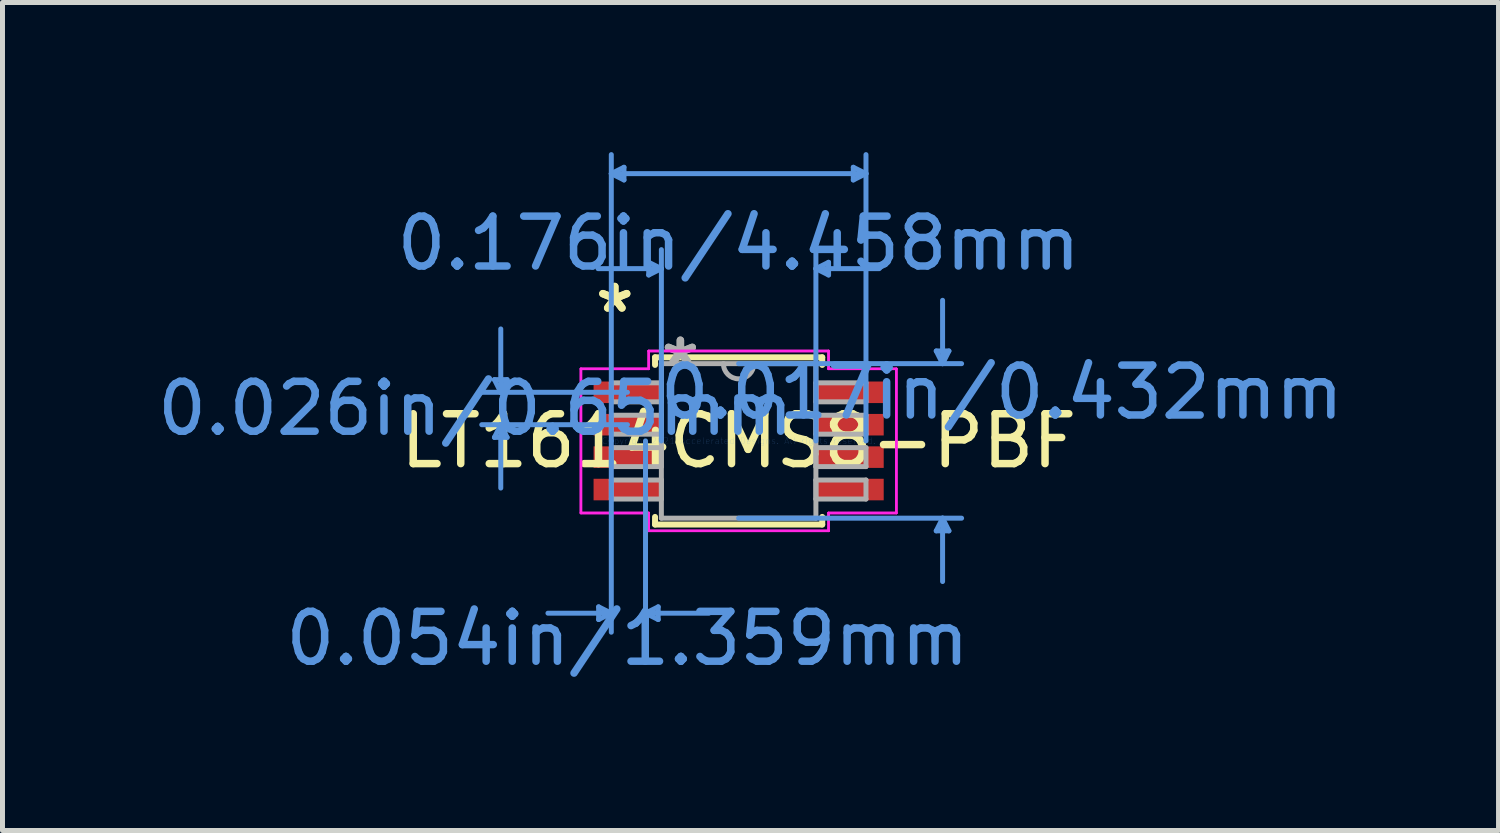
<source format=kicad_pcb>
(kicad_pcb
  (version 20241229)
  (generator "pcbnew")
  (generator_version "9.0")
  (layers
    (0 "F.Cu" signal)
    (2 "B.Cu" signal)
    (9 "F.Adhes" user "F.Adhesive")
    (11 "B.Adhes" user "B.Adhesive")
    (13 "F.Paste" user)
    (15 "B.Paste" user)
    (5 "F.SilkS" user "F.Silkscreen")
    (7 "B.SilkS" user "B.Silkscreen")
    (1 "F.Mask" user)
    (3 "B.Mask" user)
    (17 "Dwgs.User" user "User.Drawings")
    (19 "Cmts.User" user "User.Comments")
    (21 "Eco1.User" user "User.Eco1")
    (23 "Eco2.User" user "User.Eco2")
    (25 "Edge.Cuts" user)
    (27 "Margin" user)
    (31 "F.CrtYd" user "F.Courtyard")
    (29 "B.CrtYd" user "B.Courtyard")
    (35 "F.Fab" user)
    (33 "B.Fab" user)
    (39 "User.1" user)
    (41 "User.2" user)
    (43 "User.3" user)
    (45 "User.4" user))
  (footprint "LT1614CMS8-PBF"
    (layer "F.Cu")
    (at 11.759 5.79)
    (property "Reference" "LT1614CMS8-PBF" (at 0 0 0) (layer "F.SilkS") (effects (font (size 1 1) (thickness 0.15))))
    (attr through_hole)
    (fp_line (start -1.676 -1.676) (end -1.676 -1.524) (stroke (width 0.12) (type solid)) (layer "F.SilkS"))
    (fp_line (start -1.676 1.524) (end -1.676 1.676) (stroke (width 0.12) (type solid)) (layer "F.SilkS"))
    (fp_line (start -1.676 1.676) (end 1.676 1.676) (stroke (width 0.12) (type solid)) (layer "F.SilkS"))
    (fp_line (start 1.676 -1.676) (end -1.676 -1.676) (stroke (width 0.12) (type solid)) (layer "F.SilkS"))
    (fp_line (start 1.676 -1.524) (end 1.676 -1.676) (stroke (width 0.12) (type solid)) (layer "F.SilkS"))
    (fp_line (start 1.676 1.676) (end 1.676 1.524) (stroke (width 0.12) (type solid)) (layer "F.SilkS"))
    (fp_line (start -4.896 -1.229) (end -4.642 -1.229) (stroke (width 0.1) (type solid)) (layer "Cmts.User"))
    (fp_line (start -4.896 -0.071) (end -4.642 -0.071) (stroke (width 0.1) (type solid)) (layer "Cmts.User"))
    (fp_line (start -4.769 -0.975) (end -4.896 -1.229) (stroke (width 0.1) (type solid)) (layer "Cmts.User"))
    (fp_line (start -4.769 -0.975) (end -4.769 -2.245) (stroke (width 0.1) (type solid)) (layer "Cmts.User"))
    (fp_line (start -4.769 -0.975) (end -4.642 -1.229) (stroke (width 0.1) (type solid)) (layer "Cmts.User"))
    (fp_line (start -4.769 -0.325) (end -4.896 -0.071) (stroke (width 0.1) (type solid)) (layer "Cmts.User"))
    (fp_line (start -4.769 -0.325) (end -4.769 0.945) (stroke (width 0.1) (type solid)) (layer "Cmts.User"))
    (fp_line (start -4.769 -0.325) (end -4.642 -0.071) (stroke (width 0.1) (type solid)) (layer "Cmts.User"))
    (fp_line (start -2.807 3.327) (end -2.807 3.581) (stroke (width 0.1) (type solid)) (layer "Cmts.User"))
    (fp_line (start -2.553 -5.359) (end -2.299 -5.486) (stroke (width 0.1) (type solid)) (layer "Cmts.User"))
    (fp_line (start -2.553 -5.359) (end -2.299 -5.232) (stroke (width 0.1) (type solid)) (layer "Cmts.User"))
    (fp_line (start -2.553 -5.359) (end 2.553 -5.359) (stroke (width 0.1) (type solid)) (layer "Cmts.User"))
    (fp_line (start -2.553 0) (end -2.553 -5.74) (stroke (width 0.1) (type solid)) (layer "Cmts.User"))
    (fp_line (start -2.553 0) (end -2.553 3.835) (stroke (width 0.1) (type solid)) (layer "Cmts.User"))
    (fp_line (start -2.553 3.454) (end -3.823 3.454) (stroke (width 0.1) (type solid)) (layer "Cmts.User"))
    (fp_line (start -2.553 3.454) (end -2.807 3.327) (stroke (width 0.1) (type solid)) (layer "Cmts.User"))
    (fp_line (start -2.553 3.454) (end -2.807 3.581) (stroke (width 0.1) (type solid)) (layer "Cmts.User"))
    (fp_line (start -2.299 -5.486) (end -2.299 -5.232) (stroke (width 0.1) (type solid)) (layer "Cmts.User"))
    (fp_line (start -2.229 -0.975) (end -5.15 -0.975) (stroke (width 0.1) (type solid)) (layer "Cmts.User"))
    (fp_line (start -2.229 -0.325) (end -5.15 -0.325) (stroke (width 0.1) (type solid)) (layer "Cmts.User"))
    (fp_line (start -1.867 0) (end -1.867 3.835) (stroke (width 0.1) (type solid)) (layer "Cmts.User"))
    (fp_line (start -1.867 3.454) (end -1.613 3.327) (stroke (width 0.1) (type solid)) (layer "Cmts.User"))
    (fp_line (start -1.867 3.454) (end -1.613 3.581) (stroke (width 0.1) (type solid)) (layer "Cmts.User"))
    (fp_line (start -1.867 3.454) (end -0.597 3.454) (stroke (width 0.1) (type solid)) (layer "Cmts.User"))
    (fp_line (start -1.803 -3.581) (end -1.803 -3.327) (stroke (width 0.1) (type solid)) (layer "Cmts.User"))
    (fp_line (start -1.613 3.327) (end -1.613 3.581) (stroke (width 0.1) (type solid)) (layer "Cmts.User"))
    (fp_line (start -1.549 -3.454) (end -2.819 -3.454) (stroke (width 0.1) (type solid)) (layer "Cmts.User"))
    (fp_line (start -1.549 -3.454) (end -1.803 -3.581) (stroke (width 0.1) (type solid)) (layer "Cmts.User"))
    (fp_line (start -1.549 -3.454) (end -1.803 -3.327) (stroke (width 0.1) (type solid)) (layer "Cmts.User"))
    (fp_line (start -1.549 0) (end -1.549 -3.835) (stroke (width 0.1) (type solid)) (layer "Cmts.User"))
    (fp_line (start 0 -1.549) (end 4.47 -1.549) (stroke (width 0.1) (type solid)) (layer "Cmts.User"))
    (fp_line (start 0 1.549) (end 4.47 1.549) (stroke (width 0.1) (type solid)) (layer "Cmts.User"))
    (fp_line (start 1.549 -3.454) (end 1.803 -3.581) (stroke (width 0.1) (type solid)) (layer "Cmts.User"))
    (fp_line (start 1.549 -3.454) (end 1.803 -3.327) (stroke (width 0.1) (type solid)) (layer "Cmts.User"))
    (fp_line (start 1.549 -3.454) (end 2.819 -3.454) (stroke (width 0.1) (type solid)) (layer "Cmts.User"))
    (fp_line (start 1.549 0) (end 1.549 -3.835) (stroke (width 0.1) (type solid)) (layer "Cmts.User"))
    (fp_line (start 1.803 -3.581) (end 1.803 -3.327) (stroke (width 0.1) (type solid)) (layer "Cmts.User"))
    (fp_line (start 2.299 -5.486) (end 2.299 -5.232) (stroke (width 0.1) (type solid)) (layer "Cmts.User"))
    (fp_line (start 2.553 -5.359) (end 2.299 -5.486) (stroke (width 0.1) (type solid)) (layer "Cmts.User"))
    (fp_line (start 2.553 -5.359) (end 2.299 -5.232) (stroke (width 0.1) (type solid)) (layer "Cmts.User"))
    (fp_line (start 2.553 0) (end 2.553 -5.74) (stroke (width 0.1) (type solid)) (layer "Cmts.User"))
    (fp_line (start 3.962 -1.803) (end 4.216 -1.803) (stroke (width 0.1) (type solid)) (layer "Cmts.User"))
    (fp_line (start 3.962 1.803) (end 4.216 1.803) (stroke (width 0.1) (type solid)) (layer "Cmts.User"))
    (fp_line (start 4.089 -1.549) (end 3.962 -1.803) (stroke (width 0.1) (type solid)) (layer "Cmts.User"))
    (fp_line (start 4.089 -1.549) (end 4.089 -2.819) (stroke (width 0.1) (type solid)) (layer "Cmts.User"))
    (fp_line (start 4.089 -1.549) (end 4.216 -1.803) (stroke (width 0.1) (type solid)) (layer "Cmts.User"))
    (fp_line (start 4.089 1.549) (end 3.962 1.803) (stroke (width 0.1) (type solid)) (layer "Cmts.User"))
    (fp_line (start 4.089 1.549) (end 4.089 2.819) (stroke (width 0.1) (type solid)) (layer "Cmts.User"))
    (fp_line (start 4.089 1.549) (end 4.216 1.803) (stroke (width 0.1) (type solid)) (layer "Cmts.User"))
    (fp_line (start -3.162 -1.445) (end -1.803 -1.445) (stroke (width 0.05) (type solid)) (layer "F.CrtYd"))
    (fp_line (start -3.162 -1.445) (end -1.803 -1.445) (stroke (width 0.05) (type solid)) (layer "F.CrtYd"))
    (fp_line (start -3.162 1.445) (end -3.162 -1.445) (stroke (width 0.05) (type solid)) (layer "F.CrtYd"))
    (fp_line (start -3.162 1.445) (end -3.162 -1.445) (stroke (width 0.05) (type solid)) (layer "F.CrtYd"))
    (fp_line (start -3.162 1.445) (end -1.803 1.445) (stroke (width 0.05) (type solid)) (layer "F.CrtYd"))
    (fp_line (start -1.803 -1.803) (end 1.803 -1.803) (stroke (width 0.05) (type solid)) (layer "F.CrtYd"))
    (fp_line (start -1.803 -1.803) (end 1.803 -1.803) (stroke (width 0.05) (type solid)) (layer "F.CrtYd"))
    (fp_line (start -1.803 -1.445) (end -1.803 -1.803) (stroke (width 0.05) (type solid)) (layer "F.CrtYd"))
    (fp_line (start -1.803 -1.445) (end -1.803 -1.803) (stroke (width 0.05) (type solid)) (layer "F.CrtYd"))
    (fp_line (start -1.803 1.445) (end -3.162 1.445) (stroke (width 0.05) (type solid)) (layer "F.CrtYd"))
    (fp_line (start -1.803 1.803) (end -1.803 1.445) (stroke (width 0.05) (type solid)) (layer "F.CrtYd"))
    (fp_line (start -1.803 1.803) (end -1.803 1.445) (stroke (width 0.05) (type solid)) (layer "F.CrtYd"))
    (fp_line (start 1.803 -1.803) (end 1.803 -1.445) (stroke (width 0.05) (type solid)) (layer "F.CrtYd"))
    (fp_line (start 1.803 -1.803) (end 1.803 -1.445) (stroke (width 0.05) (type solid)) (layer "F.CrtYd"))
    (fp_line (start 1.803 -1.445) (end 3.162 -1.445) (stroke (width 0.05) (type solid)) (layer "F.CrtYd"))
    (fp_line (start 1.803 1.445) (end 1.803 1.803) (stroke (width 0.05) (type solid)) (layer "F.CrtYd"))
    (fp_line (start 1.803 1.445) (end 1.803 1.803) (stroke (width 0.05) (type solid)) (layer "F.CrtYd"))
    (fp_line (start 1.803 1.803) (end -1.803 1.803) (stroke (width 0.05) (type solid)) (layer "F.CrtYd"))
    (fp_line (start 1.803 1.803) (end -1.803 1.803) (stroke (width 0.05) (type solid)) (layer "F.CrtYd"))
    (fp_line (start 3.162 -1.445) (end 1.803 -1.445) (stroke (width 0.05) (type solid)) (layer "F.CrtYd"))
    (fp_line (start 3.162 -1.445) (end 3.162 1.445) (stroke (width 0.05) (type solid)) (layer "F.CrtYd"))
    (fp_line (start 3.162 -1.445) (end 3.162 1.445) (stroke (width 0.05) (type solid)) (layer "F.CrtYd"))
    (fp_line (start 3.162 1.445) (end 1.803 1.445) (stroke (width 0.05) (type solid)) (layer "F.CrtYd"))
    (fp_line (start 3.162 1.445) (end 1.803 1.445) (stroke (width 0.05) (type solid)) (layer "F.CrtYd"))
    (fp_line (start -2.553 -1.165) (end -2.553 -0.784) (stroke (width 0.1) (type solid)) (layer "F.Fab"))
    (fp_line (start -2.553 -0.784) (end -1.549 -0.784) (stroke (width 0.1) (type solid)) (layer "F.Fab"))
    (fp_line (start -2.553 -0.515) (end -2.553 -0.135) (stroke (width 0.1) (type solid)) (layer "F.Fab"))
    (fp_line (start -2.553 -0.135) (end -1.549 -0.135) (stroke (width 0.1) (type solid)) (layer "F.Fab"))
    (fp_line (start -2.553 0.135) (end -2.553 0.515) (stroke (width 0.1) (type solid)) (layer "F.Fab"))
    (fp_line (start -2.553 0.515) (end -1.549 0.515) (stroke (width 0.1) (type solid)) (layer "F.Fab"))
    (fp_line (start -2.553 0.784) (end -2.553 1.165) (stroke (width 0.1) (type solid)) (layer "F.Fab"))
    (fp_line (start -2.553 1.165) (end -1.549 1.165) (stroke (width 0.1) (type solid)) (layer "F.Fab"))
    (fp_line (start -1.549 -1.549) (end -1.549 1.549) (stroke (width 0.1) (type solid)) (layer "F.Fab"))
    (fp_line (start -1.549 -1.165) (end -2.553 -1.165) (stroke (width 0.1) (type solid)) (layer "F.Fab"))
    (fp_line (start -1.549 -0.784) (end -1.549 -1.165) (stroke (width 0.1) (type solid)) (layer "F.Fab"))
    (fp_line (start -1.549 -0.515) (end -2.553 -0.515) (stroke (width 0.1) (type solid)) (layer "F.Fab"))
    (fp_line (start -1.549 -0.135) (end -1.549 -0.515) (stroke (width 0.1) (type solid)) (layer "F.Fab"))
    (fp_line (start -1.549 0.135) (end -2.553 0.135) (stroke (width 0.1) (type solid)) (layer "F.Fab"))
    (fp_line (start -1.549 0.515) (end -1.549 0.135) (stroke (width 0.1) (type solid)) (layer "F.Fab"))
    (fp_line (start -1.549 0.784) (end -2.553 0.784) (stroke (width 0.1) (type solid)) (layer "F.Fab"))
    (fp_line (start -1.549 1.165) (end -1.549 0.784) (stroke (width 0.1) (type solid)) (layer "F.Fab"))
    (fp_line (start -1.549 1.549) (end 1.549 1.549) (stroke (width 0.1) (type solid)) (layer "F.Fab"))
    (fp_line (start 1.549 -1.549) (end -1.549 -1.549) (stroke (width 0.1) (type solid)) (layer "F.Fab"))
    (fp_line (start 1.549 -1.165) (end 1.549 -0.784) (stroke (width 0.1) (type solid)) (layer "F.Fab"))
    (fp_line (start 1.549 -0.784) (end 2.553 -0.784) (stroke (width 0.1) (type solid)) (layer "F.Fab"))
    (fp_line (start 1.549 -0.515) (end 1.549 -0.135) (stroke (width 0.1) (type solid)) (layer "F.Fab"))
    (fp_line (start 1.549 -0.135) (end 2.553 -0.135) (stroke (width 0.1) (type solid)) (layer "F.Fab"))
    (fp_line (start 1.549 0.135) (end 1.549 0.515) (stroke (width 0.1) (type solid)) (layer "F.Fab"))
    (fp_line (start 1.549 0.515) (end 2.553 0.515) (stroke (width 0.1) (type solid)) (layer "F.Fab"))
    (fp_line (start 1.549 0.784) (end 1.549 1.165) (stroke (width 0.1) (type solid)) (layer "F.Fab"))
    (fp_line (start 1.549 1.165) (end 2.553 1.165) (stroke (width 0.1) (type solid)) (layer "F.Fab"))
    (fp_line (start 1.549 1.549) (end 1.549 -1.549) (stroke (width 0.1) (type solid)) (layer "F.Fab"))
    (fp_line (start 2.553 -1.165) (end 1.549 -1.165) (stroke (width 0.1) (type solid)) (layer "F.Fab"))
    (fp_line (start 2.553 -0.784) (end 2.553 -1.165) (stroke (width 0.1) (type solid)) (layer "F.Fab"))
    (fp_line (start 2.553 -0.515) (end 1.549 -0.515) (stroke (width 0.1) (type solid)) (layer "F.Fab"))
    (fp_line (start 2.553 -0.135) (end 2.553 -0.515) (stroke (width 0.1) (type solid)) (layer "F.Fab"))
    (fp_line (start 2.553 0.135) (end 1.549 0.135) (stroke (width 0.1) (type solid)) (layer "F.Fab"))
    (fp_line (start 2.553 0.515) (end 2.553 0.135) (stroke (width 0.1) (type solid)) (layer "F.Fab"))
    (fp_line (start 2.553 0.784) (end 1.549 0.784) (stroke (width 0.1) (type solid)) (layer "F.Fab"))
    (fp_line (start 2.553 1.165) (end 2.553 0.784) (stroke (width 0.1) (type solid)) (layer "F.Fab"))
    (fp_arc (start 0.3048 -1.5494) (mid 0 -1.2446) (end -0.3048 -1.5494) (stroke (width 0.1) (type solid)) (layer "F.Fab"))
    (fp_text user "*" (at -2.483 -2.55 0) (layer "F.SilkS") (effects (font (size 1 1) (thickness 0.15))))
    (fp_text user "*" (at -2.483 -2.55 0) (layer "F.SilkS") (effects (font (size 1 1) (thickness 0.15))))
    (fp_text user "0.176in/4.458mm" (at 0 -3.962 0) (layer "Cmts.User") (effects (font (size 1 1) (thickness 0.15))))
    (fp_text user "0.017in/0.432mm" (at 5.277 -0.975 0) (layer "Cmts.User") (effects (font (size 1 1) (thickness 0.15))))
    (fp_text user "Copyright 2021 Accelerated Designs. All rights reserved." (at 0 0 0) (layer "Cmts.User") (effects (font (size 0.127 0.127) (thickness 0.002))))
    (fp_text user "0.026in/0.65mm" (at -5.277 -0.65 0) (layer "Cmts.User") (effects (font (size 1 1) (thickness 0.15))))
    (fp_text user "0.054in/1.359mm" (at -2.229 3.962 0) (layer "Cmts.User") (effects (font (size 1 1) (thickness 0.15))))
    (fp_text user "*" (at -1.168 -1.473 0) (layer "F.Fab") (effects (font (size 1 1) (thickness 0.15))))
    (fp_text user "*" (at -1.168 -1.473 0) (layer "F.Fab") (effects (font (size 1 1) (thickness 0.15))))
    (pad "1" smd rect (at -2.229 -0.975) (size 1.359 0.432) (layers "F.Cu" "F.Mask" "F.Paste"))
    (pad "2" smd rect (at -2.229 -0.325) (size 1.359 0.432) (layers "F.Cu" "F.Mask" "F.Paste"))
    (pad "3" smd rect (at -2.229 0.325) (size 1.359 0.432) (layers "F.Cu" "F.Mask" "F.Paste"))
    (pad "4" smd rect (at -2.229 0.975) (size 1.359 0.432) (layers "F.Cu" "F.Mask" "F.Paste"))
    (pad "5" smd rect (at 2.229 0.975) (size 1.359 0.432) (layers "F.Cu" "F.Mask" "F.Paste"))
    (pad "6" smd rect (at 2.229 0.325) (size 1.359 0.432) (layers "F.Cu" "F.Mask" "F.Paste"))
    (pad "7" smd rect (at 2.229 -0.325) (size 1.359 0.432) (layers "F.Cu" "F.Mask" "F.Paste"))
    (pad "8" smd rect (at 2.229 -0.975) (size 1.359 0.432) (layers "F.Cu" "F.Mask" "F.Paste")))
  (gr_rect
    (start -3 -3)
    (end 26.994 13.601)
    (stroke (width 0.1) (type default))
    (fill no)
    (layer "Edge.Cuts")))
</source>
